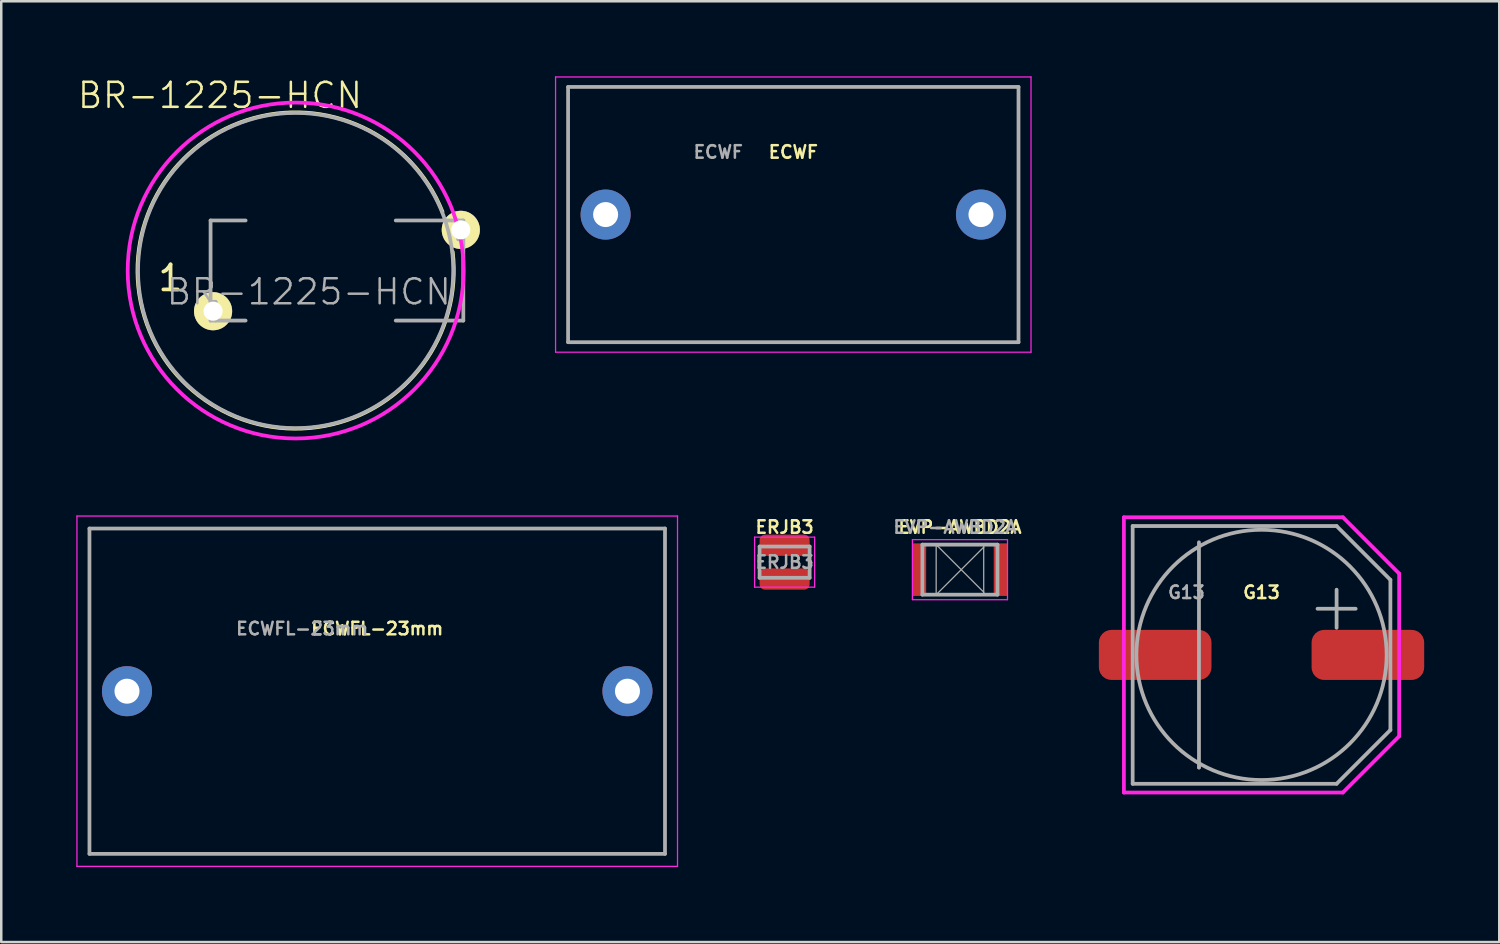
<source format=kicad_pcb>
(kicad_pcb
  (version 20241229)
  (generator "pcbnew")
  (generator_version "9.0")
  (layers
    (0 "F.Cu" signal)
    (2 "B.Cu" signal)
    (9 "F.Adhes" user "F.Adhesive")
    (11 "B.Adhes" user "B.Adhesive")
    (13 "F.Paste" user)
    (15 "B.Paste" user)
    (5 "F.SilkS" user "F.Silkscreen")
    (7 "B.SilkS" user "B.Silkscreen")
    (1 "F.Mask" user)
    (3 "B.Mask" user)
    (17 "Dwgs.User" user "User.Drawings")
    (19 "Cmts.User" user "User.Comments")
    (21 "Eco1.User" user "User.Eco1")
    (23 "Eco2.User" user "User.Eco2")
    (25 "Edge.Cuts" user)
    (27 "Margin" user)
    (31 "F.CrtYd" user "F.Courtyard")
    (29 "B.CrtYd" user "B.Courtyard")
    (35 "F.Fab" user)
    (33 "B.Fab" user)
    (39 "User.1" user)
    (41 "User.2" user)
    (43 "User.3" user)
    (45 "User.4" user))
  (footprint "ECWFL-23mm"
    (layer "F.Cu")
    (at 12.025 24.572)
    (property "Reference" "ECWFL-23mm" (at 0 -2.5 0) (layer "F.SilkS") (effects (font (size 0.5 0.5) (thickness 0.1))))
    (attr through_hole)
    (fp_line (start -12 -7) (end 12 -7) (stroke (width 0.05) (type solid)) (layer "F.CrtYd"))
    (fp_line (start -12 7) (end -12 -7) (stroke (width 0.05) (type solid)) (layer "F.CrtYd"))
    (fp_line (start 12 -7) (end 12 7) (stroke (width 0.05) (type solid)) (layer "F.CrtYd"))
    (fp_line (start 12 7) (end -12 7) (stroke (width 0.05) (type solid)) (layer "F.CrtYd"))
    (fp_line (start -11.5 -6.5) (end 11.5 -6.5) (stroke (width 0.15) (type solid)) (layer "F.Fab"))
    (fp_line (start -11.5 6.5) (end -11.5 -6.5) (stroke (width 0.15) (type solid)) (layer "F.Fab"))
    (fp_line (start 11.5 -6.5) (end 11.5 6.5) (stroke (width 0.15) (type solid)) (layer "F.Fab"))
    (fp_line (start 11.5 6.5) (end -11.5 6.5) (stroke (width 0.15) (type solid)) (layer "F.Fab"))
    (fp_text user "${REFERENCE}" (at -3 -2.5 0) (layer "F.Fab") (effects (font (size 0.5 0.5) (thickness 0.1))))
    (pad "1" thru_hole circle (at -10 0) (size 2 2) (drill 1) (layers "*.Cu" "*.Mask"))
    (pad "2" thru_hole circle (at 10 0) (size 2 2) (drill 1) (layers "*.Cu" "*.Mask")))
  (footprint "ERJB3"
    (layer "F.Cu")
    (at 28.305 19.415)
    (property "Reference" "ERJB3" (at 0 -1.4 0) (layer "F.SilkS") (effects (font (size 0.5 0.5) (thickness 0.1))))
    (attr smd)
    (fp_line (start -1.2 -1) (end 1.2 -1) (stroke (width 0.05) (type solid)) (layer "F.CrtYd"))
    (fp_line (start -1.2 1) (end -1.2 -1) (stroke (width 0.05) (type solid)) (layer "F.CrtYd"))
    (fp_line (start 1.2 -1) (end 1.2 1) (stroke (width 0.05) (type solid)) (layer "F.CrtYd"))
    (fp_line (start 1.2 1) (end -1.2 1) (stroke (width 0.05) (type solid)) (layer "F.CrtYd"))
    (fp_line (start -1 -0.625) (end -1 0.625) (stroke (width 0.15) (type solid)) (layer "F.Fab"))
    (fp_line (start -1 0.625) (end 1 0.625) (stroke (width 0.15) (type solid)) (layer "F.Fab"))
    (fp_line (start 1 -0.625) (end -1 -0.625) (stroke (width 0.15) (type solid)) (layer "F.Fab"))
    (fp_line (start 1 0.625) (end 1 -0.625) (stroke (width 0.15) (type solid)) (layer "F.Fab"))
    (fp_text user "${REFERENCE}" (at 0 0 0) (layer "F.Fab") (effects (font (size 0.5 0.5) (thickness 0.1))))
    (pad "1" smd roundrect (at 0 0.675) (size 2 0.85) (layers "F.Cu" "F.Mask" "F.Paste") (roundrect_rratio 0.25))
    (pad "2" smd roundrect (at 0 -0.675) (size 2 0.85) (layers "F.Cu" "F.Mask" "F.Paste") (roundrect_rratio 0.25)))
  (footprint "ECWF"
    (layer "F.Cu")
    (at 28.652 5.525)
    (property "Reference" "ECWF" (at 0 -2.5 0) (layer "F.SilkS") (effects (font (size 0.5 0.5) (thickness 0.1))))
    (attr through_hole)
    (fp_line (start -9.5 -5.5) (end 9.5 -5.5) (stroke (width 0.05) (type solid)) (layer "F.CrtYd"))
    (fp_line (start -9.5 5.5) (end -9.5 -5.5) (stroke (width 0.05) (type solid)) (layer "F.CrtYd"))
    (fp_line (start 9.5 -5.5) (end 9.5 5.5) (stroke (width 0.05) (type solid)) (layer "F.CrtYd"))
    (fp_line (start 9.5 5.5) (end -9.5 5.5) (stroke (width 0.05) (type solid)) (layer "F.CrtYd"))
    (fp_line (start -9 -5.1) (end 9 -5.1) (stroke (width 0.15) (type solid)) (layer "F.Fab"))
    (fp_line (start -9 5.1) (end -9 -5.1) (stroke (width 0.15) (type solid)) (layer "F.Fab"))
    (fp_line (start 9 -5.1) (end 9 5.1) (stroke (width 0.15) (type solid)) (layer "F.Fab"))
    (fp_line (start 9 5.1) (end -9 5.1) (stroke (width 0.15) (type solid)) (layer "F.Fab"))
    (fp_text user "${REFERENCE}" (at -3 -2.5 0) (layer "F.Fab") (effects (font (size 0.5 0.5) (thickness 0.1))))
    (pad "1" thru_hole circle (at -7.5 0) (size 2 2) (drill 1) (layers "*.Cu" "*.Mask"))
    (pad "2" thru_hole circle (at 7.5 0) (size 2 2) (drill 1) (layers "*.Cu" "*.Mask")))
  (footprint "BR-1225-HCN"
    (layer "F.Cu")
    (at 8.765 7.761)
    (property "Reference" "BR-1225-HCN" (at -3.025 -7 0) (layer "F.SilkS") (effects (font (size 1 1) (thickness 0.1))))
    (attr smd)
    (fp_arc (start 6.275 -0.75) (mid -6.123422 1.562636) (end 5.86707 -2.348534) (stroke (width 0.15) (type solid)) (layer "F.SilkS"))
    (fp_circle (center 0 0) (end 6.7 0.4) (stroke (width 0.15) (type solid)) (fill no) (layer "F.CrtYd"))
    (fp_line (start -3.4 -2) (end -3.4 2) (stroke (width 0.15) (type solid)) (layer "F.Fab"))
    (fp_line (start -3.2 1.25) (end -3.4 1.25) (stroke (width 0.15) (type solid)) (layer "F.Fab"))
    (fp_line (start -3.2 2) (end -3.2 1.25) (stroke (width 0.15) (type solid)) (layer "F.Fab"))
    (fp_line (start -2 -2) (end -3.4 -2) (stroke (width 0.15) (type solid)) (layer "F.Fab"))
    (fp_line (start -2 2) (end -3.4 2) (stroke (width 0.15) (type solid)) (layer "F.Fab"))
    (fp_line (start 4 -2) (end 6.7 -2) (stroke (width 0.15) (type solid)) (layer "F.Fab"))
    (fp_line (start 6.5 -1.25) (end 6.5 -2) (stroke (width 0.15) (type solid)) (layer "F.Fab"))
    (fp_line (start 6.5 -1.25) (end 6.7 -1.25) (stroke (width 0.15) (type solid)) (layer "F.Fab"))
    (fp_line (start 6.7 -2) (end 6.7 2) (stroke (width 0.15) (type solid)) (layer "F.Fab"))
    (fp_line (start 6.7 2) (end 4 2) (stroke (width 0.15) (type solid)) (layer "F.Fab"))
    (fp_circle (center 0 0) (end 6.3 0) (stroke (width 0.15) (type solid)) (fill no) (layer "F.Fab"))
    (fp_text user "1" (at -5 0.3 0) (layer "F.SilkS") (effects (font (size 1 1) (thickness 0.15))))
    (fp_text user "${REFERENCE}" (at 0.525 0.85 0) (layer "F.Fab") (effects (font (size 1 1) (thickness 0.1))))
    (pad "A" thru_hole circle (at 6.6 -1.625) (size 1.524 1.524) (drill 0.762) (layers "*.Cu" "*.Mask" "F.SilkS"))
    (pad "C" thru_hole circle (at -3.3 1.625) (size 1.524 1.524) (drill 0.762) (layers "*.Cu" "*.Mask" "F.SilkS")))
  (footprint "EVP-AWBD2A"
    (layer "F.Cu")
    (at 35.312 19.715)
    (property "Reference" "EVP-AWBD2A" (at 0 -1.7 180) (layer "F.SilkS") (effects (font (size 0.5 0.5) (thickness 0.1))))
    (attr smd)
    (fp_line (start -1.9 -1.2) (end 1.9 -1.2) (stroke (width 0.05) (type solid)) (layer "F.CrtYd"))
    (fp_line (start -1.9 1.2) (end -1.9 -1.2) (stroke (width 0.05) (type solid)) (layer "F.CrtYd"))
    (fp_line (start 1.9 -1.2) (end 1.9 1.2) (stroke (width 0.05) (type solid)) (layer "F.CrtYd"))
    (fp_line (start 1.9 1.2) (end -1.9 1.2) (stroke (width 0.05) (type solid)) (layer "F.CrtYd"))
    (fp_line (start -1.5 -1) (end 1.5 -1) (stroke (width 0.15) (type solid)) (layer "F.Fab"))
    (fp_line (start -1.5 1) (end -1.5 -1) (stroke (width 0.15) (type solid)) (layer "F.Fab"))
    (fp_line (start -0.95 -1) (end 0.95 -1) (stroke (width 0.05) (type solid)) (layer "F.Fab"))
    (fp_line (start -0.95 -1) (end 0.95 0.9) (stroke (width 0.05) (type solid)) (layer "F.Fab"))
    (fp_line (start -0.95 1) (end -0.95 -1) (stroke (width 0.05) (type solid)) (layer "F.Fab"))
    (fp_line (start -0.95 1) (end 0.95 -0.9) (stroke (width 0.05) (type solid)) (layer "F.Fab"))
    (fp_line (start 0.95 -1) (end 0.95 1) (stroke (width 0.05) (type solid)) (layer "F.Fab"))
    (fp_line (start 0.95 -0.9) (end 0.95 -0.9) (stroke (width 0.05) (type solid)) (layer "F.Fab"))
    (fp_line (start 0.95 0.9) (end 0.95 0.9) (stroke (width 0.05) (type solid)) (layer "F.Fab"))
    (fp_line (start 0.95 1) (end -0.95 1) (stroke (width 0.05) (type solid)) (layer "F.Fab"))
    (fp_line (start 1.5 -1) (end 1.5 1) (stroke (width 0.15) (type solid)) (layer "F.Fab"))
    (fp_line (start 1.5 1) (end -1.5 1) (stroke (width 0.15) (type solid)) (layer "F.Fab"))
    (fp_text user "${REFERENCE}" (at -0.2 -1.7 0) (layer "F.Fab") (effects (font (size 0.5 0.5) (thickness 0.1))))
    (pad "1" smd rect (at -1.625 0) (size 0.55 2.1) (layers "F.Cu" "F.Mask" "F.Paste"))
    (pad "2" smd rect (at 1.625 0) (size 0.55 2.1) (layers "F.Cu" "F.Mask" "F.Paste")))
  (footprint "G13"
    (layer "F.Cu")
    (at 47.364 23.122)
    (property "Reference" "G13" (at 0 -2.5 0) (layer "F.SilkS") (effects (font (size 0.5 0.5) (thickness 0.1))))
    (attr smd)
    (fp_line (start -5.5 -5.5) (end 3.25 -5.5) (stroke (width 0.15) (type solid)) (layer "F.CrtYd"))
    (fp_line (start -5.5 5.5) (end -5.5 -5.5) (stroke (width 0.15) (type solid)) (layer "F.CrtYd"))
    (fp_line (start 3.25 -5.5) (end 5.5 -3.25) (stroke (width 0.15) (type solid)) (layer "F.CrtYd"))
    (fp_line (start 3.25 5.5) (end -5.5 5.5) (stroke (width 0.15) (type solid)) (layer "F.CrtYd"))
    (fp_line (start 5.5 -3.25) (end 5.5 3.25) (stroke (width 0.15) (type solid)) (layer "F.CrtYd"))
    (fp_line (start 5.5 3.25) (end 3.25 5.5) (stroke (width 0.15) (type solid)) (layer "F.CrtYd"))
    (fp_line (start -5.15 -5.15) (end -5.15 5.15) (stroke (width 0.15) (type solid)) (layer "F.Fab"))
    (fp_line (start -5.15 5.15) (end 3 5.15) (stroke (width 0.15) (type solid)) (layer "F.Fab"))
    (fp_line (start -2.5 -4.5) (end -2.5 4.5) (stroke (width 0.15) (type solid)) (layer "F.Fab"))
    (fp_line (start -2.5 4.5) (end -2.5 4.5) (stroke (width 0.15) (type solid)) (layer "F.Fab"))
    (fp_line (start 3 -5.15) (end -5.15 -5.15) (stroke (width 0.15) (type solid)) (layer "F.Fab"))
    (fp_line (start 3 5.15) (end 5.15 3) (stroke (width 0.15) (type solid)) (layer "F.Fab"))
    (fp_line (start 5.15 -3) (end 3 -5.15) (stroke (width 0.15) (type solid)) (layer "F.Fab"))
    (fp_line (start 5.15 3) (end 5.15 -3) (stroke (width 0.15) (type solid)) (layer "F.Fab"))
    (fp_circle (center 0 0) (end 5 0) (stroke (width 0.15) (type solid)) (fill no) (layer "F.Fab"))
    (fp_text user "${REFERENCE}" (at -3 -2.5 0) (layer "F.Fab") (effects (font (size 0.5 0.5) (thickness 0.1))))
    (fp_text user "+" (at 3 -2 0) (layer "F.Fab") (effects (font (size 2 2) (thickness 0.15))))
    (pad "A" smd roundrect (at 4.25 0) (size 4.5 2) (layers "F.Cu" "F.Mask" "F.Paste") (roundrect_rratio 0.25))
    (pad "C" smd roundrect (at -4.25 0) (size 4.5 2) (layers "F.Cu" "F.Mask" "F.Paste") (roundrect_rratio 0.25)))
  (gr_rect
    (start -3 -3)
    (end 56.864 34.597)
    (stroke (width 0.1) (type default))
    (fill no)
    (layer "Edge.Cuts")))
</source>
